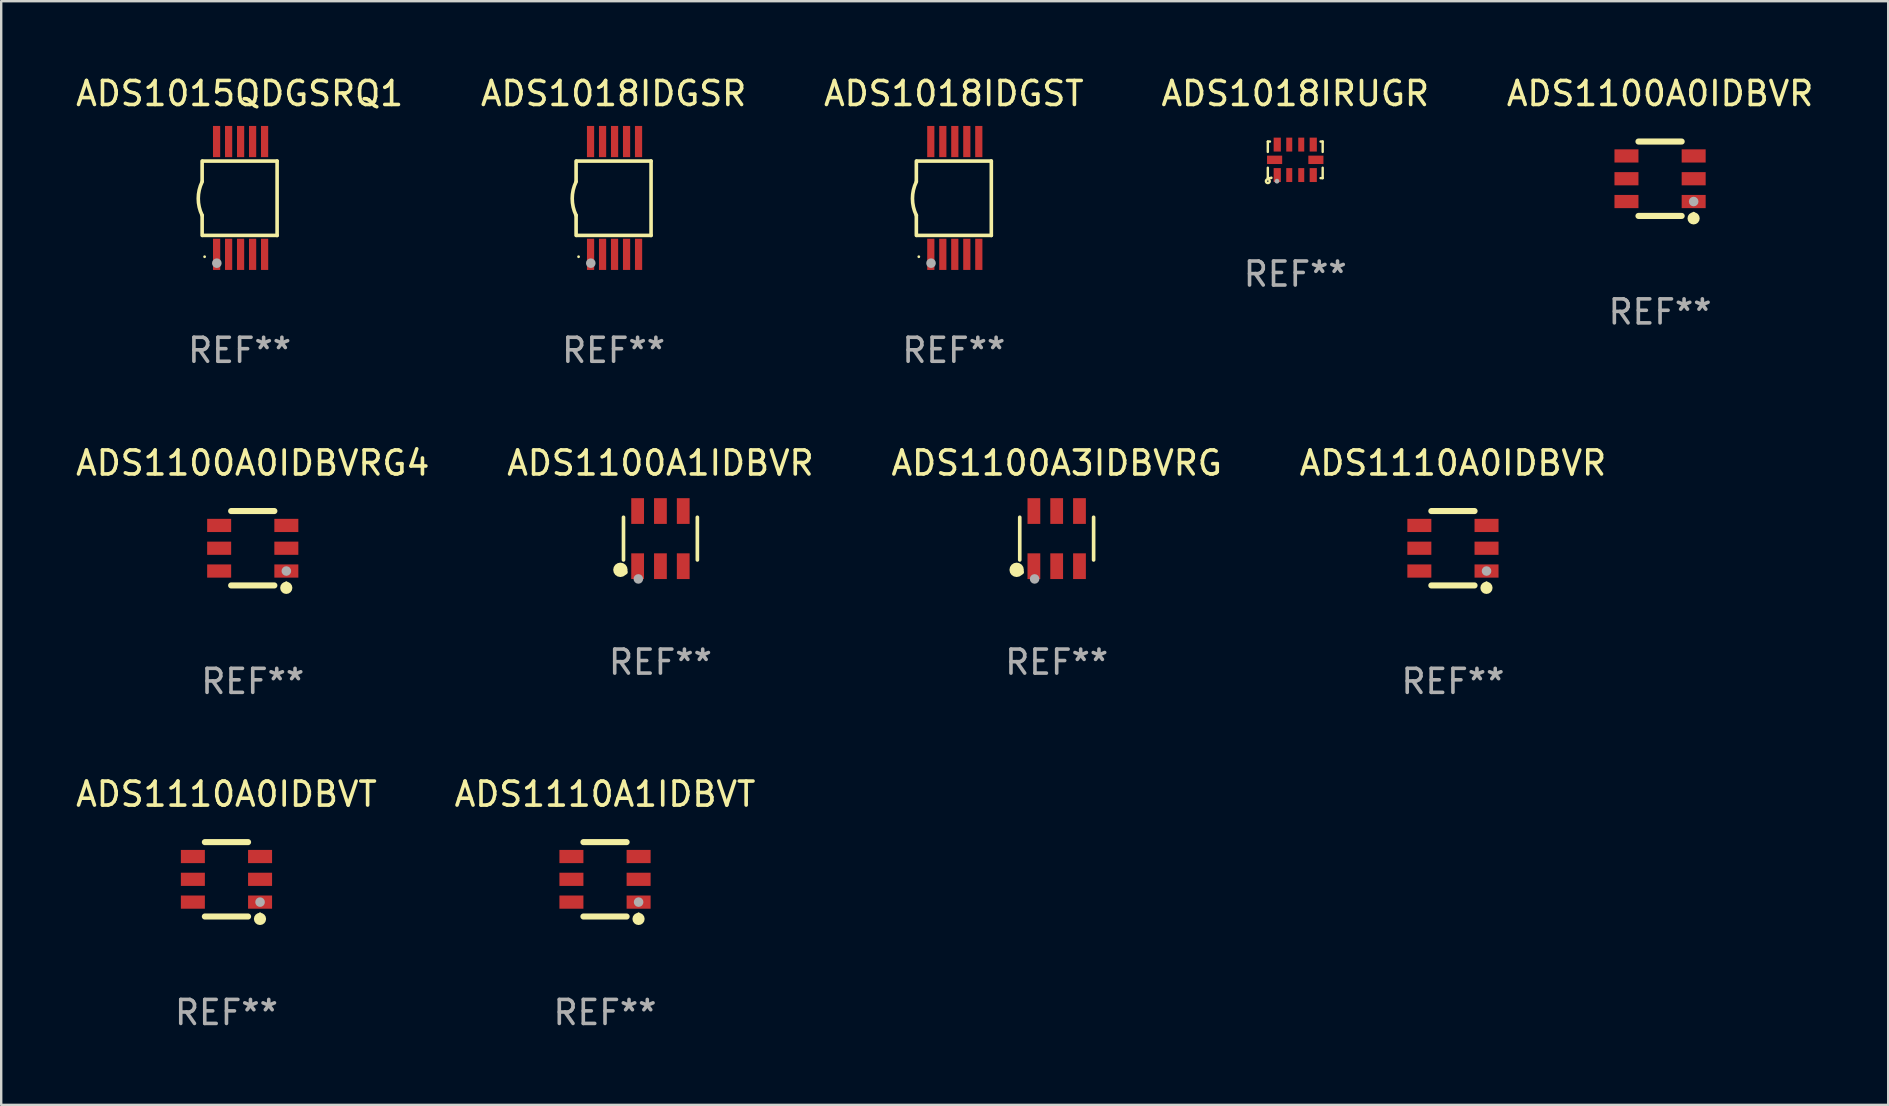
<source format=kicad_pcb>
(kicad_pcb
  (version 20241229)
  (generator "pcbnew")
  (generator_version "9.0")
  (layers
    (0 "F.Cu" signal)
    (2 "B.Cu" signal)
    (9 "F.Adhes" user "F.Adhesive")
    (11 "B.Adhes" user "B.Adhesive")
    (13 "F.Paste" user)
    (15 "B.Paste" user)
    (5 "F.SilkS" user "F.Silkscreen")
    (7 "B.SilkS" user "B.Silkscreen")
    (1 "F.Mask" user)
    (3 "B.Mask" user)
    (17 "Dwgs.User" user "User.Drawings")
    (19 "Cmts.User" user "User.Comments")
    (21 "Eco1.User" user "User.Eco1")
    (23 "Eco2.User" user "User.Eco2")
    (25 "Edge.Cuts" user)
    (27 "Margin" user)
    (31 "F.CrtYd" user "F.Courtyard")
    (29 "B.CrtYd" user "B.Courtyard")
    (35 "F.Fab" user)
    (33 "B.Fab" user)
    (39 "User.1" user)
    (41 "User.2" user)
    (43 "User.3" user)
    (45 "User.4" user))
  (footprint "ADS1110A1IDBVT"
    (layer "F.Cu")
    (at 22.161 33.591)
    (property "Reference" "ADS1110A1IDBVT" (at 0 -3.55 0) (layer "F.SilkS") (effects (font (size 1 1) (thickness 0.15))))
    (attr through_hole)
    (fp_line (start -0.9 -1.55) (end 0.9 -1.55) (stroke (width 0.254) (type solid)) (layer "F.SilkS"))
    (fp_line (start -0.9 1.55) (end 0.9 1.55) (stroke (width 0.254) (type solid)) (layer "F.SilkS"))
    (fp_circle (center 1.397 1.651) (end 1.524 1.651) (stroke (width 0.254) (type solid)) (fill no) (layer "F.SilkS"))
    (fp_circle (center 1.4 1.435) (end 1.43 1.435) (stroke (width 0.06) (type solid)) (fill no) (layer "F.SilkS"))
    (fp_circle (center 1.4 0.95) (end 1.5 0.95) (stroke (width 0.2) (type solid)) (fill no) (layer "F.Fab"))
    (fp_text user "REF**" (at 0 5.55 0) (layer "F.Fab") (effects (font (size 1 1) (thickness 0.15))))
    (pad "1" smd rect (at 1.4 0.95) (size 1 0.55) (layers "F.Cu" "F.Mask" "F.Paste"))
    (pad "2" smd rect (at 1.4 -0.000102) (size 1 0.55) (layers "F.Cu" "F.Mask" "F.Paste"))
    (pad "3" smd rect (at 1.4 -0.95) (size 1 0.55) (layers "F.Cu" "F.Mask" "F.Paste"))
    (pad "4" smd rect (at -1.4 -0.95) (size 1 0.55) (layers "F.Cu" "F.Mask" "F.Paste"))
    (pad "5" smd rect (at -1.4 -0.000102) (size 1 0.55) (layers "F.Cu" "F.Mask" "F.Paste"))
    (pad "6" smd rect (at -1.4 0.95) (size 1 0.55) (layers "F.Cu" "F.Mask" "F.Paste")))
  (footprint "ADS1018IDGSR"
    (layer "F.Cu")
    (at 22.518 5.198)
    (property "Reference" "ADS1018IDGSR" (at 0 -4.35 0) (layer "F.SilkS") (effects (font (size 1 1) (thickness 0.15))))
    (attr through_hole)
    (fp_line (start -1.562 -1.537) (end -1.562 -0.698) (stroke (width 0.15) (type solid)) (layer "F.SilkS"))
    (fp_line (start -1.562 0.724) (end -1.562 1.562) (stroke (width 0.15) (type solid)) (layer "F.SilkS"))
    (fp_line (start -1.538 -1.537) (end 1.562 -1.537) (stroke (width 0.15) (type solid)) (layer "F.SilkS"))
    (fp_line (start -1.538 1.562) (end 1.562 1.562) (stroke (width 0.15) (type solid)) (layer "F.SilkS"))
    (fp_line (start 1.562 1.564) (end 1.562 -1.537) (stroke (width 0.15) (type solid)) (layer "F.SilkS"))
    (fp_arc (start -1.562103 0.724079) (mid -1.723579 0.025578) (end -1.562103 -0.672924) (stroke (width 0.150013) (type solid)) (layer "F.SilkS"))
    (fp_circle (center -1.459 2.45) (end -1.429 2.45) (stroke (width 0.06) (type solid)) (fill no) (layer "F.SilkS"))
    (fp_circle (center -0.95 2.718) (end -0.85 2.718) (stroke (width 0.2) (type solid)) (fill no) (layer "F.Fab"))
    (fp_text user "REF**" (at 0 6.35 0) (layer "F.Fab") (effects (font (size 1 1) (thickness 0.15))))
    (pad "1" smd rect (at -0.959 2.35) (size 0.3 1.3) (layers "F.Cu" "F.Mask" "F.Paste"))
    (pad "2" smd rect (at -0.459 2.35) (size 0.3 1.3) (layers "F.Cu" "F.Mask" "F.Paste"))
    (pad "3" smd rect (at 0.04 2.35) (size 0.3 1.3) (layers "F.Cu" "F.Mask" "F.Paste"))
    (pad "4" smd rect (at 0.541 2.35) (size 0.3 1.3) (layers "F.Cu" "F.Mask" "F.Paste"))
    (pad "5" smd rect (at 1.041 2.35) (size 0.3 1.3) (layers "F.Cu" "F.Mask" "F.Paste"))
    (pad "6" smd rect (at 1.04 -2.35) (size 0.3 1.3) (layers "F.Cu" "F.Mask" "F.Paste"))
    (pad "7" smd rect (at 0.541 -2.35) (size 0.3 1.3) (layers "F.Cu" "F.Mask" "F.Paste"))
    (pad "8" smd rect (at 0.041 -2.35) (size 0.3 1.3) (layers "F.Cu" "F.Mask" "F.Paste"))
    (pad "9" smd rect (at -0.459 -2.35) (size 0.3 1.3) (layers "F.Cu" "F.Mask" "F.Paste"))
    (pad "10" smd rect (at -0.96 -2.35) (size 0.3 1.3) (layers "F.Cu" "F.Mask" "F.Paste")))
  (footprint "ADS1100A0IDBVR"
    (layer "F.Cu")
    (at 66.125 4.398)
    (property "Reference" "ADS1100A0IDBVR" (at 0 -3.55 0) (layer "F.SilkS") (effects (font (size 1 1) (thickness 0.15))))
    (attr through_hole)
    (fp_line (start -0.9 -1.55) (end 0.9 -1.55) (stroke (width 0.254) (type solid)) (layer "F.SilkS"))
    (fp_line (start -0.9 1.55) (end 0.9 1.55) (stroke (width 0.254) (type solid)) (layer "F.SilkS"))
    (fp_circle (center 1.397 1.651) (end 1.524 1.651) (stroke (width 0.254) (type solid)) (fill no) (layer "F.SilkS"))
    (fp_circle (center 1.4 1.435) (end 1.43 1.435) (stroke (width 0.06) (type solid)) (fill no) (layer "F.SilkS"))
    (fp_circle (center 1.4 0.95) (end 1.5 0.95) (stroke (width 0.2) (type solid)) (fill no) (layer "F.Fab"))
    (fp_text user "REF**" (at 0 5.55 0) (layer "F.Fab") (effects (font (size 1 1) (thickness 0.15))))
    (pad "1" smd rect (at 1.4 0.95) (size 1 0.55) (layers "F.Cu" "F.Mask" "F.Paste"))
    (pad "2" smd rect (at 1.4 -0.000102) (size 1 0.55) (layers "F.Cu" "F.Mask" "F.Paste"))
    (pad "3" smd rect (at 1.4 -0.95) (size 1 0.55) (layers "F.Cu" "F.Mask" "F.Paste"))
    (pad "4" smd rect (at -1.4 -0.95) (size 1 0.55) (layers "F.Cu" "F.Mask" "F.Paste"))
    (pad "5" smd rect (at -1.4 -0.000102) (size 1 0.55) (layers "F.Cu" "F.Mask" "F.Paste"))
    (pad "6" smd rect (at -1.4 0.95) (size 1 0.55) (layers "F.Cu" "F.Mask" "F.Paste")))
  (footprint "ADS1110A0IDBVT"
    (layer "F.Cu")
    (at 6.387 33.591)
    (property "Reference" "ADS1110A0IDBVT" (at 0 -3.55 0) (layer "F.SilkS") (effects (font (size 1 1) (thickness 0.15))))
    (attr through_hole)
    (fp_line (start -0.9 -1.55) (end 0.9 -1.55) (stroke (width 0.254) (type solid)) (layer "F.SilkS"))
    (fp_line (start -0.9 1.55) (end 0.9 1.55) (stroke (width 0.254) (type solid)) (layer "F.SilkS"))
    (fp_circle (center 1.397 1.651) (end 1.524 1.651) (stroke (width 0.254) (type solid)) (fill no) (layer "F.SilkS"))
    (fp_circle (center 1.4 1.435) (end 1.43 1.435) (stroke (width 0.06) (type solid)) (fill no) (layer "F.SilkS"))
    (fp_circle (center 1.4 0.95) (end 1.5 0.95) (stroke (width 0.2) (type solid)) (fill no) (layer "F.Fab"))
    (fp_text user "REF**" (at 0 5.55 0) (layer "F.Fab") (effects (font (size 1 1) (thickness 0.15))))
    (pad "1" smd rect (at 1.4 0.95) (size 1 0.55) (layers "F.Cu" "F.Mask" "F.Paste"))
    (pad "2" smd rect (at 1.4 -0.000102) (size 1 0.55) (layers "F.Cu" "F.Mask" "F.Paste"))
    (pad "3" smd rect (at 1.4 -0.95) (size 1 0.55) (layers "F.Cu" "F.Mask" "F.Paste"))
    (pad "4" smd rect (at -1.4 -0.95) (size 1 0.55) (layers "F.Cu" "F.Mask" "F.Paste"))
    (pad "5" smd rect (at -1.4 -0.000102) (size 1 0.55) (layers "F.Cu" "F.Mask" "F.Paste"))
    (pad "6" smd rect (at -1.4 0.95) (size 1 0.55) (layers "F.Cu" "F.Mask" "F.Paste")))
  (footprint "ADS1110A0IDBVR"
    (layer "F.Cu")
    (at 57.494 19.795)
    (property "Reference" "ADS1110A0IDBVR" (at 0 -3.55 0) (layer "F.SilkS") (effects (font (size 1 1) (thickness 0.15))))
    (attr through_hole)
    (fp_line (start -0.9 -1.55) (end 0.9 -1.55) (stroke (width 0.254) (type solid)) (layer "F.SilkS"))
    (fp_line (start -0.9 1.55) (end 0.9 1.55) (stroke (width 0.254) (type solid)) (layer "F.SilkS"))
    (fp_circle (center 1.397 1.651) (end 1.524 1.651) (stroke (width 0.254) (type solid)) (fill no) (layer "F.SilkS"))
    (fp_circle (center 1.4 1.435) (end 1.43 1.435) (stroke (width 0.06) (type solid)) (fill no) (layer "F.SilkS"))
    (fp_circle (center 1.4 0.95) (end 1.5 0.95) (stroke (width 0.2) (type solid)) (fill no) (layer "F.Fab"))
    (fp_text user "REF**" (at 0 5.55 0) (layer "F.Fab") (effects (font (size 1 1) (thickness 0.15))))
    (pad "1" smd rect (at 1.4 0.95) (size 1 0.55) (layers "F.Cu" "F.Mask" "F.Paste"))
    (pad "2" smd rect (at 1.4 -0.000102) (size 1 0.55) (layers "F.Cu" "F.Mask" "F.Paste"))
    (pad "3" smd rect (at 1.4 -0.95) (size 1 0.55) (layers "F.Cu" "F.Mask" "F.Paste"))
    (pad "4" smd rect (at -1.4 -0.95) (size 1 0.55) (layers "F.Cu" "F.Mask" "F.Paste"))
    (pad "5" smd rect (at -1.4 -0.000102) (size 1 0.55) (layers "F.Cu" "F.Mask" "F.Paste"))
    (pad "6" smd rect (at -1.4 0.95) (size 1 0.55) (layers "F.Cu" "F.Mask" "F.Paste")))
  (footprint "ADS1018IRUGR"
    (layer "F.Cu")
    (at 50.923 3.61)
    (property "Reference" "ADS1018IRUGR" (at 0 -2.762 0) (layer "F.SilkS") (effects (font (size 1 1) (thickness 0.15))))
    (attr through_hole)
    (fp_line (start -1.143 -0.762) (end -1.143 -0.329) (stroke (width 0.1) (type solid)) (layer "F.SilkS"))
    (fp_line (start -1.143 0.329) (end -1.143 0.762) (stroke (width 0.1) (type solid)) (layer "F.SilkS"))
    (fp_line (start -1.143 0.762) (end -1.054 0.762) (stroke (width 0.1) (type solid)) (layer "F.SilkS"))
    (fp_line (start -1.054 -0.762) (end -1.143 -0.762) (stroke (width 0.1) (type solid)) (layer "F.SilkS"))
    (fp_line (start 1.054 0.762) (end 1.143 0.762) (stroke (width 0.1) (type solid)) (layer "F.SilkS"))
    (fp_line (start 1.143 -0.762) (end 1.054 -0.762) (stroke (width 0.1) (type solid)) (layer "F.SilkS"))
    (fp_line (start 1.143 -0.329) (end 1.143 -0.762) (stroke (width 0.1) (type solid)) (layer "F.SilkS"))
    (fp_line (start 1.143 0.762) (end 1.143 0.329) (stroke (width 0.1) (type solid)) (layer "F.SilkS"))
    (fp_circle (center -1.143 0.889) (end -1.063 0.889) (stroke (width 0.1) (type solid)) (fill no) (layer "F.SilkS"))
    (fp_circle (center -1 0.75) (end -0.97 0.75) (stroke (width 0.06) (type solid)) (fill no) (layer "F.SilkS"))
    (fp_circle (center -0.762 0.889) (end -0.712 0.889) (stroke (width 0.1) (type solid)) (fill no) (layer "F.Fab"))
    (fp_text user "REF**" (at 0 4.762 0) (layer "F.Fab") (effects (font (size 1 1) (thickness 0.15))))
    (pad "1" smd rect (at -0.75 0.635) (size 0.3 0.58) (layers "F.Cu" "F.Mask" "F.Paste"))
    (pad "2" smd rect (at -0.25 0.635) (size 0.25 0.58) (layers "F.Cu" "F.Mask" "F.Paste"))
    (pad "3" smd rect (at 0.25 0.635) (size 0.25 0.58) (layers "F.Cu" "F.Mask" "F.Paste"))
    (pad "4" smd rect (at 0.75 0.635) (size 0.3 0.58) (layers "F.Cu" "F.Mask" "F.Paste"))
    (pad "5" smd rect (at 0.86 0 90) (size 0.35 0.63) (layers "F.Cu" "F.Mask" "F.Paste"))
    (pad "6" smd rect (at 0.75 -0.635) (size 0.3 0.58) (layers "F.Cu" "F.Mask" "F.Paste"))
    (pad "7" smd rect (at 0.25 -0.635) (size 0.25 0.58) (layers "F.Cu" "F.Mask" "F.Paste"))
    (pad "8" smd rect (at -0.25 -0.635) (size 0.25 0.58) (layers "F.Cu" "F.Mask" "F.Paste"))
    (pad "9" smd rect (at -0.75 -0.635) (size 0.3 0.58) (layers "F.Cu" "F.Mask" "F.Paste"))
    (pad "10" smd rect (at -0.86 0 90) (size 0.35 0.63) (layers "F.Cu" "F.Mask" "F.Paste")))
  (footprint "ADS1100A3IDBVRG"
    (layer "F.Cu")
    (at 40.982 19.394)
    (property "Reference" "ADS1100A3IDBVRG" (at 0 -3.149 0) (layer "F.SilkS") (effects (font (size 1 1) (thickness 0.15))))
    (attr through_hole)
    (fp_line (start -1.539 0.889) (end -1.539 -0.889) (stroke (width 0.152) (type solid)) (layer "F.SilkS"))
    (fp_line (start 1.539 0.889) (end 1.539 -0.889) (stroke (width 0.152) (type solid)) (layer "F.SilkS"))
    (fp_circle (center -1.668 1.301) (end -1.518 1.301) (stroke (width 0.3) (type solid)) (fill no) (layer "F.SilkS"))
    (fp_circle (center -1.463 1.4) (end -1.413 1.4) (stroke (width 0.1) (type solid)) (fill no) (layer "F.SilkS"))
    (fp_circle (center -0.92 1.68) (end -0.82 1.68) (stroke (width 0.2) (type solid)) (fill no) (layer "F.Fab"))
    (fp_text user "REF**" (at 0 5.149 0) (layer "F.Fab") (effects (font (size 1 1) (thickness 0.15))))
    (pad "1" smd rect (at -0.95 1.149) (size 0.532 1.072) (layers "F.Cu" "F.Mask" "F.Paste"))
    (pad "2" smd rect (at 0 1.149) (size 0.532 1.072) (layers "F.Cu" "F.Mask" "F.Paste"))
    (pad "3" smd rect (at 0.95 1.149) (size 0.532 1.072) (layers "F.Cu" "F.Mask" "F.Paste"))
    (pad "4" smd rect (at 0.95 -1.149) (size 0.532 1.072) (layers "F.Cu" "F.Mask" "F.Paste"))
    (pad "5" smd rect (at 0 -1.149) (size 0.532 1.072) (layers "F.Cu" "F.Mask" "F.Paste"))
    (pad "6" smd rect (at -0.95 -1.149) (size 0.532 1.072) (layers "F.Cu" "F.Mask" "F.Paste")))
  (footprint "ADS1018IDGST"
    (layer "F.Cu")
    (at 36.696 5.198)
    (property "Reference" "ADS1018IDGST" (at 0 -4.35 0) (layer "F.SilkS") (effects (font (size 1 1) (thickness 0.15))))
    (attr through_hole)
    (fp_line (start -1.562 -1.537) (end -1.562 -0.698) (stroke (width 0.15) (type solid)) (layer "F.SilkS"))
    (fp_line (start -1.562 0.724) (end -1.562 1.562) (stroke (width 0.15) (type solid)) (layer "F.SilkS"))
    (fp_line (start -1.538 -1.537) (end 1.562 -1.537) (stroke (width 0.15) (type solid)) (layer "F.SilkS"))
    (fp_line (start -1.538 1.562) (end 1.562 1.562) (stroke (width 0.15) (type solid)) (layer "F.SilkS"))
    (fp_line (start 1.562 1.564) (end 1.562 -1.537) (stroke (width 0.15) (type solid)) (layer "F.SilkS"))
    (fp_arc (start -1.562103 0.724079) (mid -1.723579 0.025578) (end -1.562103 -0.672924) (stroke (width 0.150013) (type solid)) (layer "F.SilkS"))
    (fp_circle (center -1.459 2.45) (end -1.429 2.45) (stroke (width 0.06) (type solid)) (fill no) (layer "F.SilkS"))
    (fp_circle (center -0.95 2.718) (end -0.85 2.718) (stroke (width 0.2) (type solid)) (fill no) (layer "F.Fab"))
    (fp_text user "REF**" (at 0 6.35 0) (layer "F.Fab") (effects (font (size 1 1) (thickness 0.15))))
    (pad "1" smd rect (at -0.959 2.35) (size 0.3 1.3) (layers "F.Cu" "F.Mask" "F.Paste"))
    (pad "2" smd rect (at -0.459 2.35) (size 0.3 1.3) (layers "F.Cu" "F.Mask" "F.Paste"))
    (pad "3" smd rect (at 0.04 2.35) (size 0.3 1.3) (layers "F.Cu" "F.Mask" "F.Paste"))
    (pad "4" smd rect (at 0.541 2.35) (size 0.3 1.3) (layers "F.Cu" "F.Mask" "F.Paste"))
    (pad "5" smd rect (at 1.041 2.35) (size 0.3 1.3) (layers "F.Cu" "F.Mask" "F.Paste"))
    (pad "6" smd rect (at 1.04 -2.35) (size 0.3 1.3) (layers "F.Cu" "F.Mask" "F.Paste"))
    (pad "7" smd rect (at 0.541 -2.35) (size 0.3 1.3) (layers "F.Cu" "F.Mask" "F.Paste"))
    (pad "8" smd rect (at 0.041 -2.35) (size 0.3 1.3) (layers "F.Cu" "F.Mask" "F.Paste"))
    (pad "9" smd rect (at -0.459 -2.35) (size 0.3 1.3) (layers "F.Cu" "F.Mask" "F.Paste"))
    (pad "10" smd rect (at -0.96 -2.35) (size 0.3 1.3) (layers "F.Cu" "F.Mask" "F.Paste")))
  (footprint "ADS1015QDGSRQ1"
    (layer "F.Cu")
    (at 6.935 5.198)
    (property "Reference" "ADS1015QDGSRQ1" (at 0 -4.35 0) (layer "F.SilkS") (effects (font (size 1 1) (thickness 0.15))))
    (attr through_hole)
    (fp_line (start -1.562 -1.537) (end -1.562 -0.698) (stroke (width 0.15) (type solid)) (layer "F.SilkS"))
    (fp_line (start -1.562 0.724) (end -1.562 1.562) (stroke (width 0.15) (type solid)) (layer "F.SilkS"))
    (fp_line (start -1.538 -1.537) (end 1.562 -1.537) (stroke (width 0.15) (type solid)) (layer "F.SilkS"))
    (fp_line (start -1.538 1.562) (end 1.562 1.562) (stroke (width 0.15) (type solid)) (layer "F.SilkS"))
    (fp_line (start 1.562 1.564) (end 1.562 -1.537) (stroke (width 0.15) (type solid)) (layer "F.SilkS"))
    (fp_arc (start -1.562103 0.724079) (mid -1.723579 0.025578) (end -1.562103 -0.672924) (stroke (width 0.150013) (type solid)) (layer "F.SilkS"))
    (fp_circle (center -1.459 2.45) (end -1.429 2.45) (stroke (width 0.06) (type solid)) (fill no) (layer "F.SilkS"))
    (fp_circle (center -0.95 2.718) (end -0.85 2.718) (stroke (width 0.2) (type solid)) (fill no) (layer "F.Fab"))
    (fp_text user "REF**" (at 0 6.35 0) (layer "F.Fab") (effects (font (size 1 1) (thickness 0.15))))
    (pad "1" smd rect (at -0.959 2.35) (size 0.3 1.3) (layers "F.Cu" "F.Mask" "F.Paste"))
    (pad "2" smd rect (at -0.459 2.35) (size 0.3 1.3) (layers "F.Cu" "F.Mask" "F.Paste"))
    (pad "3" smd rect (at 0.04 2.35) (size 0.3 1.3) (layers "F.Cu" "F.Mask" "F.Paste"))
    (pad "4" smd rect (at 0.541 2.35) (size 0.3 1.3) (layers "F.Cu" "F.Mask" "F.Paste"))
    (pad "5" smd rect (at 1.041 2.35) (size 0.3 1.3) (layers "F.Cu" "F.Mask" "F.Paste"))
    (pad "6" smd rect (at 1.04 -2.35) (size 0.3 1.3) (layers "F.Cu" "F.Mask" "F.Paste"))
    (pad "7" smd rect (at 0.541 -2.35) (size 0.3 1.3) (layers "F.Cu" "F.Mask" "F.Paste"))
    (pad "8" smd rect (at 0.041 -2.35) (size 0.3 1.3) (layers "F.Cu" "F.Mask" "F.Paste"))
    (pad "9" smd rect (at -0.459 -2.35) (size 0.3 1.3) (layers "F.Cu" "F.Mask" "F.Paste"))
    (pad "10" smd rect (at -0.96 -2.35) (size 0.3 1.3) (layers "F.Cu" "F.Mask" "F.Paste")))
  (footprint "ADS1100A1IDBVR"
    (layer "F.Cu")
    (at 24.47 19.394)
    (property "Reference" "ADS1100A1IDBVR" (at 0 -3.149 0) (layer "F.SilkS") (effects (font (size 1 1) (thickness 0.15))))
    (attr through_hole)
    (fp_line (start -1.539 0.889) (end -1.539 -0.889) (stroke (width 0.152) (type solid)) (layer "F.SilkS"))
    (fp_line (start 1.539 0.889) (end 1.539 -0.889) (stroke (width 0.152) (type solid)) (layer "F.SilkS"))
    (fp_circle (center -1.668 1.301) (end -1.518 1.301) (stroke (width 0.3) (type solid)) (fill no) (layer "F.SilkS"))
    (fp_circle (center -1.463 1.4) (end -1.413 1.4) (stroke (width 0.1) (type solid)) (fill no) (layer "F.SilkS"))
    (fp_circle (center -0.92 1.68) (end -0.82 1.68) (stroke (width 0.2) (type solid)) (fill no) (layer "F.Fab"))
    (fp_text user "REF**" (at 0 5.149 0) (layer "F.Fab") (effects (font (size 1 1) (thickness 0.15))))
    (pad "1" smd rect (at -0.95 1.149) (size 0.532 1.072) (layers "F.Cu" "F.Mask" "F.Paste"))
    (pad "2" smd rect (at 0 1.149) (size 0.532 1.072) (layers "F.Cu" "F.Mask" "F.Paste"))
    (pad "3" smd rect (at 0.95 1.149) (size 0.532 1.072) (layers "F.Cu" "F.Mask" "F.Paste"))
    (pad "4" smd rect (at 0.95 -1.149) (size 0.532 1.072) (layers "F.Cu" "F.Mask" "F.Paste"))
    (pad "5" smd rect (at 0 -1.149) (size 0.532 1.072) (layers "F.Cu" "F.Mask" "F.Paste"))
    (pad "6" smd rect (at -0.95 -1.149) (size 0.532 1.072) (layers "F.Cu" "F.Mask" "F.Paste")))
  (footprint "ADS1100A0IDBVRG4"
    (layer "F.Cu")
    (at 7.482 19.795)
    (property "Reference" "ADS1100A0IDBVRG4" (at 0 -3.55 0) (layer "F.SilkS") (effects (font (size 1 1) (thickness 0.15))))
    (attr through_hole)
    (fp_line (start -0.9 -1.55) (end 0.9 -1.55) (stroke (width 0.254) (type solid)) (layer "F.SilkS"))
    (fp_line (start -0.9 1.55) (end 0.9 1.55) (stroke (width 0.254) (type solid)) (layer "F.SilkS"))
    (fp_circle (center 1.397 1.651) (end 1.524 1.651) (stroke (width 0.254) (type solid)) (fill no) (layer "F.SilkS"))
    (fp_circle (center 1.4 1.435) (end 1.43 1.435) (stroke (width 0.06) (type solid)) (fill no) (layer "F.SilkS"))
    (fp_circle (center 1.4 0.95) (end 1.5 0.95) (stroke (width 0.2) (type solid)) (fill no) (layer "F.Fab"))
    (fp_text user "REF**" (at 0 5.55 0) (layer "F.Fab") (effects (font (size 1 1) (thickness 0.15))))
    (pad "1" smd rect (at 1.4 0.95) (size 1 0.55) (layers "F.Cu" "F.Mask" "F.Paste"))
    (pad "2" smd rect (at 1.4 -0.000102) (size 1 0.55) (layers "F.Cu" "F.Mask" "F.Paste"))
    (pad "3" smd rect (at 1.4 -0.95) (size 1 0.55) (layers "F.Cu" "F.Mask" "F.Paste"))
    (pad "4" smd rect (at -1.4 -0.95) (size 1 0.55) (layers "F.Cu" "F.Mask" "F.Paste"))
    (pad "5" smd rect (at -1.4 -0.000102) (size 1 0.55) (layers "F.Cu" "F.Mask" "F.Paste"))
    (pad "6" smd rect (at -1.4 0.95) (size 1 0.55) (layers "F.Cu" "F.Mask" "F.Paste")))
  (gr_rect
    (start -3 -3)
    (end 75.631 42.99)
    (stroke (width 0.1) (type default))
    (fill no)
    (layer "Edge.Cuts")))
</source>
